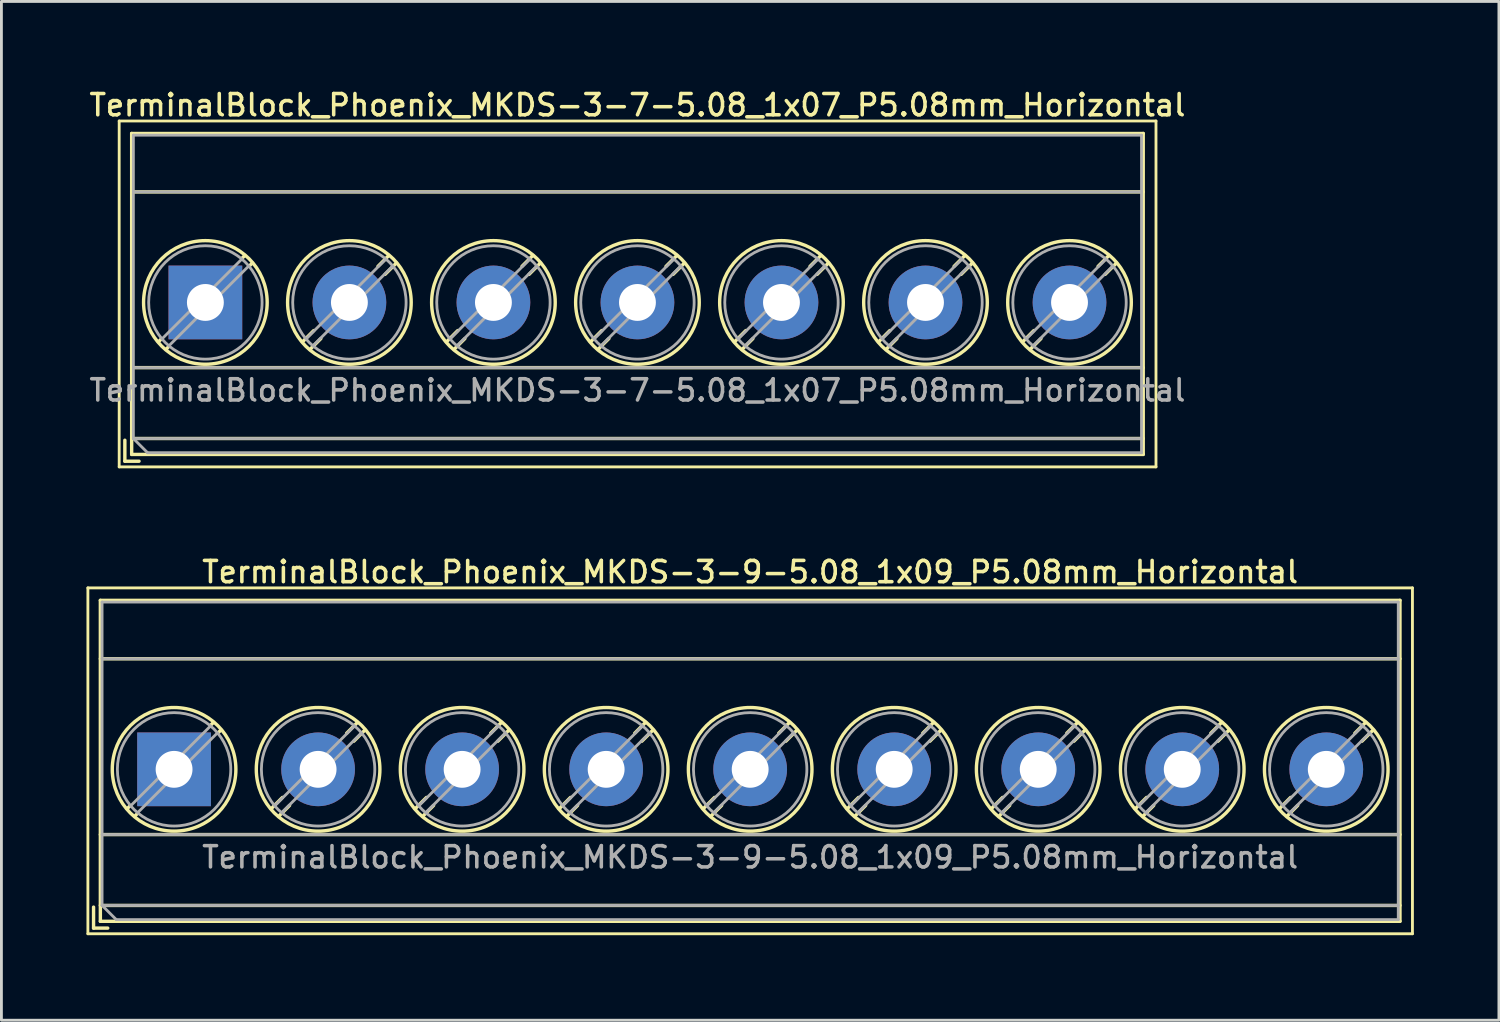
<source format=kicad_pcb>
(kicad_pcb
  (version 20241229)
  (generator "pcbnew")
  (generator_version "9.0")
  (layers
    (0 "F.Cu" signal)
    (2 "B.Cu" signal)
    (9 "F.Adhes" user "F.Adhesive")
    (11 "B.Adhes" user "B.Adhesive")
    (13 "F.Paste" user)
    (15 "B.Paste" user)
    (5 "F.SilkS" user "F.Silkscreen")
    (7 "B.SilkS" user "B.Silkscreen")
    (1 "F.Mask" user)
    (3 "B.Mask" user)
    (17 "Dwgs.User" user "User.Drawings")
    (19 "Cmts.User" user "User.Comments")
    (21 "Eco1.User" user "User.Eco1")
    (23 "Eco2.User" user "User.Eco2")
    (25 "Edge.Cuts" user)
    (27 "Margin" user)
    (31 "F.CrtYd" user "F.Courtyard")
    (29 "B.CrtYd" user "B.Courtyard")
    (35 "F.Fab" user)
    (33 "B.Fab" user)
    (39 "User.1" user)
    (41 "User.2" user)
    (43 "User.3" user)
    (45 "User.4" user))
  (footprint "TerminalBlock_Phoenix_MKDS-3-7-5.08_1x07_P5.08mm_Horizontal"
    (layer "F.Cu")
    (at 4.194 7.618)
    (property "Reference" "TerminalBlock_Phoenix_MKDS-3-7-5.08_1x07_P5.08mm_Horizontal" (at 15.24 -6.96 0) (layer "F.SilkS") (effects (font (size 0.75 0.75) (thickness 0.125))))
    (attr through_hole)
    (fp_line (start -3.04 -6.4) (end -3.04 5.8) (stroke (width 0.1) (type solid)) (layer "F.SilkS"))
    (fp_line (start -3.04 5.8) (end 33.53 5.8) (stroke (width 0.1) (type solid)) (layer "F.SilkS"))
    (fp_line (start -2.84 4.86) (end -2.84 5.6) (stroke (width 0.12) (type solid)) (layer "F.SilkS"))
    (fp_line (start -2.84 5.6) (end -2.34 5.6) (stroke (width 0.12) (type solid)) (layer "F.SilkS"))
    (fp_line (start -2.6 -5.96) (end -2.6 5.36) (stroke (width 0.12) (type solid)) (layer "F.SilkS"))
    (fp_line (start -2.6 -5.96) (end 33.08 -5.96) (stroke (width 0.12) (type solid)) (layer "F.SilkS"))
    (fp_line (start -2.6 -3.9) (end 33.08 -3.9) (stroke (width 0.12) (type solid)) (layer "F.SilkS"))
    (fp_line (start -2.6 2.3) (end 33.08 2.3) (stroke (width 0.12) (type solid)) (layer "F.SilkS"))
    (fp_line (start -2.6 4.8) (end 33.08 4.8) (stroke (width 0.12) (type solid)) (layer "F.SilkS"))
    (fp_line (start -2.6 5.36) (end 33.08 5.36) (stroke (width 0.12) (type solid)) (layer "F.SilkS"))
    (fp_line (start -1.548 1.281) (end -1.654 1.388) (stroke (width 0.12) (type solid)) (layer "F.SilkS"))
    (fp_line (start -1.282 1.547) (end -1.388 1.654) (stroke (width 0.12) (type solid)) (layer "F.SilkS"))
    (fp_line (start 1.388 -1.654) (end 1.281 -1.547) (stroke (width 0.12) (type solid)) (layer "F.SilkS"))
    (fp_line (start 1.654 -1.388) (end 1.547 -1.281) (stroke (width 0.12) (type solid)) (layer "F.SilkS"))
    (fp_line (start 3.822 0.992) (end 3.427 1.388) (stroke (width 0.12) (type solid)) (layer "F.SilkS"))
    (fp_line (start 4.073 1.274) (end 3.693 1.654) (stroke (width 0.12) (type solid)) (layer "F.SilkS"))
    (fp_line (start 6.468 -1.654) (end 6.088 -1.274) (stroke (width 0.12) (type solid)) (layer "F.SilkS"))
    (fp_line (start 6.734 -1.388) (end 6.339 -0.992) (stroke (width 0.12) (type solid)) (layer "F.SilkS"))
    (fp_line (start 8.902 0.992) (end 8.507 1.388) (stroke (width 0.12) (type solid)) (layer "F.SilkS"))
    (fp_line (start 9.153 1.274) (end 8.773 1.654) (stroke (width 0.12) (type solid)) (layer "F.SilkS"))
    (fp_line (start 11.548 -1.654) (end 11.168 -1.274) (stroke (width 0.12) (type solid)) (layer "F.SilkS"))
    (fp_line (start 11.814 -1.388) (end 11.419 -0.992) (stroke (width 0.12) (type solid)) (layer "F.SilkS"))
    (fp_line (start 13.982 0.992) (end 13.587 1.388) (stroke (width 0.12) (type solid)) (layer "F.SilkS"))
    (fp_line (start 14.233 1.274) (end 13.853 1.654) (stroke (width 0.12) (type solid)) (layer "F.SilkS"))
    (fp_line (start 16.628 -1.654) (end 16.248 -1.274) (stroke (width 0.12) (type solid)) (layer "F.SilkS"))
    (fp_line (start 16.894 -1.388) (end 16.499 -0.992) (stroke (width 0.12) (type solid)) (layer "F.SilkS"))
    (fp_line (start 19.062 0.992) (end 18.667 1.388) (stroke (width 0.12) (type solid)) (layer "F.SilkS"))
    (fp_line (start 19.313 1.274) (end 18.933 1.654) (stroke (width 0.12) (type solid)) (layer "F.SilkS"))
    (fp_line (start 21.708 -1.654) (end 21.328 -1.274) (stroke (width 0.12) (type solid)) (layer "F.SilkS"))
    (fp_line (start 21.974 -1.388) (end 21.579 -0.992) (stroke (width 0.12) (type solid)) (layer "F.SilkS"))
    (fp_line (start 24.142 0.992) (end 23.747 1.388) (stroke (width 0.12) (type solid)) (layer "F.SilkS"))
    (fp_line (start 24.393 1.274) (end 24.013 1.654) (stroke (width 0.12) (type solid)) (layer "F.SilkS"))
    (fp_line (start 26.788 -1.654) (end 26.408 -1.274) (stroke (width 0.12) (type solid)) (layer "F.SilkS"))
    (fp_line (start 27.054 -1.388) (end 26.659 -0.992) (stroke (width 0.12) (type solid)) (layer "F.SilkS"))
    (fp_line (start 29.222 0.992) (end 28.827 1.388) (stroke (width 0.12) (type solid)) (layer "F.SilkS"))
    (fp_line (start 29.473 1.274) (end 29.093 1.654) (stroke (width 0.12) (type solid)) (layer "F.SilkS"))
    (fp_line (start 31.868 -1.654) (end 31.488 -1.274) (stroke (width 0.12) (type solid)) (layer "F.SilkS"))
    (fp_line (start 32.134 -1.388) (end 31.739 -0.992) (stroke (width 0.12) (type solid)) (layer "F.SilkS"))
    (fp_line (start 33.08 -5.96) (end 33.08 5.36) (stroke (width 0.12) (type solid)) (layer "F.SilkS"))
    (fp_line (start 33.53 -6.4) (end -3.04 -6.4) (stroke (width 0.1) (type solid)) (layer "F.SilkS"))
    (fp_line (start 33.53 5.8) (end 33.53 -6.4) (stroke (width 0.1) (type solid)) (layer "F.SilkS"))
    (fp_circle (center 0 0) (end 2.18 0) (stroke (width 0.12) (type solid)) (fill no) (layer "F.SilkS"))
    (fp_circle (center 5.08 0) (end 7.26 0) (stroke (width 0.12) (type solid)) (fill no) (layer "F.SilkS"))
    (fp_circle (center 10.16 0) (end 12.34 0) (stroke (width 0.12) (type solid)) (fill no) (layer "F.SilkS"))
    (fp_circle (center 15.24 0) (end 17.42 0) (stroke (width 0.12) (type solid)) (fill no) (layer "F.SilkS"))
    (fp_circle (center 20.32 0) (end 22.5 0) (stroke (width 0.12) (type solid)) (fill no) (layer "F.SilkS"))
    (fp_circle (center 25.4 0) (end 27.58 0) (stroke (width 0.12) (type solid)) (fill no) (layer "F.SilkS"))
    (fp_circle (center 30.48 0) (end 32.66 0) (stroke (width 0.12) (type solid)) (fill no) (layer "F.SilkS"))
    (fp_line (start -2.54 -5.9) (end 33.02 -5.9) (stroke (width 0.1) (type solid)) (layer "F.Fab"))
    (fp_line (start -2.54 -3.9) (end 33.02 -3.9) (stroke (width 0.1) (type solid)) (layer "F.Fab"))
    (fp_line (start -2.54 2.3) (end 33.02 2.3) (stroke (width 0.1) (type solid)) (layer "F.Fab"))
    (fp_line (start -2.54 4.8) (end -2.54 -5.9) (stroke (width 0.1) (type solid)) (layer "F.Fab"))
    (fp_line (start -2.54 4.8) (end 33.02 4.8) (stroke (width 0.1) (type solid)) (layer "F.Fab"))
    (fp_line (start -2.04 5.3) (end -2.54 4.8) (stroke (width 0.1) (type solid)) (layer "F.Fab"))
    (fp_line (start 1.273 -1.517) (end -1.517 1.273) (stroke (width 0.1) (type solid)) (layer "F.Fab"))
    (fp_line (start 1.517 -1.273) (end -1.273 1.517) (stroke (width 0.1) (type solid)) (layer "F.Fab"))
    (fp_line (start 6.353 -1.517) (end 3.564 1.273) (stroke (width 0.1) (type solid)) (layer "F.Fab"))
    (fp_line (start 6.597 -1.273) (end 3.808 1.517) (stroke (width 0.1) (type solid)) (layer "F.Fab"))
    (fp_line (start 11.433 -1.517) (end 8.644 1.273) (stroke (width 0.1) (type solid)) (layer "F.Fab"))
    (fp_line (start 11.677 -1.273) (end 8.888 1.517) (stroke (width 0.1) (type solid)) (layer "F.Fab"))
    (fp_line (start 16.513 -1.517) (end 13.724 1.273) (stroke (width 0.1) (type solid)) (layer "F.Fab"))
    (fp_line (start 16.757 -1.273) (end 13.968 1.517) (stroke (width 0.1) (type solid)) (layer "F.Fab"))
    (fp_line (start 21.593 -1.517) (end 18.804 1.273) (stroke (width 0.1) (type solid)) (layer "F.Fab"))
    (fp_line (start 21.837 -1.273) (end 19.048 1.517) (stroke (width 0.1) (type solid)) (layer "F.Fab"))
    (fp_line (start 26.673 -1.517) (end 23.884 1.273) (stroke (width 0.1) (type solid)) (layer "F.Fab"))
    (fp_line (start 26.917 -1.273) (end 24.128 1.517) (stroke (width 0.1) (type solid)) (layer "F.Fab"))
    (fp_line (start 31.753 -1.517) (end 28.964 1.273) (stroke (width 0.1) (type solid)) (layer "F.Fab"))
    (fp_line (start 31.997 -1.273) (end 29.208 1.517) (stroke (width 0.1) (type solid)) (layer "F.Fab"))
    (fp_line (start 33.02 -5.9) (end 33.02 5.3) (stroke (width 0.1) (type solid)) (layer "F.Fab"))
    (fp_line (start 33.02 5.3) (end -2.04 5.3) (stroke (width 0.1) (type solid)) (layer "F.Fab"))
    (fp_circle (center 0 0) (end 2 0) (stroke (width 0.1) (type solid)) (fill no) (layer "F.Fab"))
    (fp_circle (center 5.08 0) (end 7.08 0) (stroke (width 0.1) (type solid)) (fill no) (layer "F.Fab"))
    (fp_circle (center 10.16 0) (end 12.16 0) (stroke (width 0.1) (type solid)) (fill no) (layer "F.Fab"))
    (fp_circle (center 15.24 0) (end 17.24 0) (stroke (width 0.1) (type solid)) (fill no) (layer "F.Fab"))
    (fp_circle (center 20.32 0) (end 22.32 0) (stroke (width 0.1) (type solid)) (fill no) (layer "F.Fab"))
    (fp_circle (center 25.4 0) (end 27.4 0) (stroke (width 0.1) (type solid)) (fill no) (layer "F.Fab"))
    (fp_circle (center 30.48 0) (end 32.48 0) (stroke (width 0.1) (type solid)) (fill no) (layer "F.Fab"))
    (fp_text user "${REFERENCE}" (at 15.24 3.1 0) (layer "F.Fab") (effects (font (size 0.75 0.75) (thickness 0.125))))
    (pad "1" thru_hole rect (at 0 0) (size 2.6 2.6) (drill 1.3) (layers "*.Cu" "*.Mask"))
    (pad "2" thru_hole circle (at 5.08 0) (size 2.6 2.6) (drill 1.3) (layers "*.Cu" "*.Mask"))
    (pad "3" thru_hole circle (at 10.16 0) (size 2.6 2.6) (drill 1.3) (layers "*.Cu" "*.Mask"))
    (pad "4" thru_hole circle (at 15.24 0) (size 2.6 2.6) (drill 1.3) (layers "*.Cu" "*.Mask"))
    (pad "5" thru_hole circle (at 20.32 0) (size 2.6 2.6) (drill 1.3) (layers "*.Cu" "*.Mask"))
    (pad "6" thru_hole circle (at 25.4 0) (size 2.6 2.6) (drill 1.3) (layers "*.Cu" "*.Mask"))
    (pad "7" thru_hole circle (at 30.48 0) (size 2.6 2.6) (drill 1.3) (layers "*.Cu" "*.Mask")))
  (footprint "TerminalBlock_Phoenix_MKDS-3-9-5.08_1x09_P5.08mm_Horizontal"
    (layer "F.Cu")
    (at 3.09 24.086)
    (property "Reference" "TerminalBlock_Phoenix_MKDS-3-9-5.08_1x09_P5.08mm_Horizontal" (at 20.32 -6.96 0) (layer "F.SilkS") (effects (font (size 0.75 0.75) (thickness 0.125))))
    (attr through_hole)
    (fp_line (start -3.04 -6.4) (end -3.04 5.8) (stroke (width 0.1) (type solid)) (layer "F.SilkS"))
    (fp_line (start -3.04 5.8) (end 43.68 5.8) (stroke (width 0.1) (type solid)) (layer "F.SilkS"))
    (fp_line (start -2.84 4.86) (end -2.84 5.6) (stroke (width 0.12) (type solid)) (layer "F.SilkS"))
    (fp_line (start -2.84 5.6) (end -2.34 5.6) (stroke (width 0.12) (type solid)) (layer "F.SilkS"))
    (fp_line (start -2.6 -5.96) (end -2.6 5.36) (stroke (width 0.12) (type solid)) (layer "F.SilkS"))
    (fp_line (start -2.6 -5.96) (end 43.24 -5.96) (stroke (width 0.12) (type solid)) (layer "F.SilkS"))
    (fp_line (start -2.6 -3.9) (end 43.24 -3.9) (stroke (width 0.12) (type solid)) (layer "F.SilkS"))
    (fp_line (start -2.6 2.3) (end 43.24 2.3) (stroke (width 0.12) (type solid)) (layer "F.SilkS"))
    (fp_line (start -2.6 4.8) (end 43.24 4.8) (stroke (width 0.12) (type solid)) (layer "F.SilkS"))
    (fp_line (start -2.6 5.36) (end 43.24 5.36) (stroke (width 0.12) (type solid)) (layer "F.SilkS"))
    (fp_line (start -1.548 1.281) (end -1.654 1.388) (stroke (width 0.12) (type solid)) (layer "F.SilkS"))
    (fp_line (start -1.282 1.547) (end -1.388 1.654) (stroke (width 0.12) (type solid)) (layer "F.SilkS"))
    (fp_line (start 1.388 -1.654) (end 1.281 -1.547) (stroke (width 0.12) (type solid)) (layer "F.SilkS"))
    (fp_line (start 1.654 -1.388) (end 1.547 -1.281) (stroke (width 0.12) (type solid)) (layer "F.SilkS"))
    (fp_line (start 3.822 0.992) (end 3.427 1.388) (stroke (width 0.12) (type solid)) (layer "F.SilkS"))
    (fp_line (start 4.073 1.274) (end 3.693 1.654) (stroke (width 0.12) (type solid)) (layer "F.SilkS"))
    (fp_line (start 6.468 -1.654) (end 6.088 -1.274) (stroke (width 0.12) (type solid)) (layer "F.SilkS"))
    (fp_line (start 6.734 -1.388) (end 6.339 -0.992) (stroke (width 0.12) (type solid)) (layer "F.SilkS"))
    (fp_line (start 8.902 0.992) (end 8.507 1.388) (stroke (width 0.12) (type solid)) (layer "F.SilkS"))
    (fp_line (start 9.153 1.274) (end 8.773 1.654) (stroke (width 0.12) (type solid)) (layer "F.SilkS"))
    (fp_line (start 11.548 -1.654) (end 11.168 -1.274) (stroke (width 0.12) (type solid)) (layer "F.SilkS"))
    (fp_line (start 11.814 -1.388) (end 11.419 -0.992) (stroke (width 0.12) (type solid)) (layer "F.SilkS"))
    (fp_line (start 13.982 0.992) (end 13.587 1.388) (stroke (width 0.12) (type solid)) (layer "F.SilkS"))
    (fp_line (start 14.233 1.274) (end 13.853 1.654) (stroke (width 0.12) (type solid)) (layer "F.SilkS"))
    (fp_line (start 16.628 -1.654) (end 16.248 -1.274) (stroke (width 0.12) (type solid)) (layer "F.SilkS"))
    (fp_line (start 16.894 -1.388) (end 16.499 -0.992) (stroke (width 0.12) (type solid)) (layer "F.SilkS"))
    (fp_line (start 19.062 0.992) (end 18.667 1.388) (stroke (width 0.12) (type solid)) (layer "F.SilkS"))
    (fp_line (start 19.313 1.274) (end 18.933 1.654) (stroke (width 0.12) (type solid)) (layer "F.SilkS"))
    (fp_line (start 21.708 -1.654) (end 21.328 -1.274) (stroke (width 0.12) (type solid)) (layer "F.SilkS"))
    (fp_line (start 21.974 -1.388) (end 21.579 -0.992) (stroke (width 0.12) (type solid)) (layer "F.SilkS"))
    (fp_line (start 24.142 0.992) (end 23.747 1.388) (stroke (width 0.12) (type solid)) (layer "F.SilkS"))
    (fp_line (start 24.393 1.274) (end 24.013 1.654) (stroke (width 0.12) (type solid)) (layer "F.SilkS"))
    (fp_line (start 26.788 -1.654) (end 26.408 -1.274) (stroke (width 0.12) (type solid)) (layer "F.SilkS"))
    (fp_line (start 27.054 -1.388) (end 26.659 -0.992) (stroke (width 0.12) (type solid)) (layer "F.SilkS"))
    (fp_line (start 29.222 0.992) (end 28.827 1.388) (stroke (width 0.12) (type solid)) (layer "F.SilkS"))
    (fp_line (start 29.473 1.274) (end 29.093 1.654) (stroke (width 0.12) (type solid)) (layer "F.SilkS"))
    (fp_line (start 31.868 -1.654) (end 31.488 -1.274) (stroke (width 0.12) (type solid)) (layer "F.SilkS"))
    (fp_line (start 32.134 -1.388) (end 31.739 -0.992) (stroke (width 0.12) (type solid)) (layer "F.SilkS"))
    (fp_line (start 34.302 0.992) (end 33.907 1.388) (stroke (width 0.12) (type solid)) (layer "F.SilkS"))
    (fp_line (start 34.553 1.274) (end 34.173 1.654) (stroke (width 0.12) (type solid)) (layer "F.SilkS"))
    (fp_line (start 36.948 -1.654) (end 36.568 -1.274) (stroke (width 0.12) (type solid)) (layer "F.SilkS"))
    (fp_line (start 37.214 -1.388) (end 36.819 -0.992) (stroke (width 0.12) (type solid)) (layer "F.SilkS"))
    (fp_line (start 39.382 0.992) (end 38.987 1.388) (stroke (width 0.12) (type solid)) (layer "F.SilkS"))
    (fp_line (start 39.633 1.274) (end 39.253 1.654) (stroke (width 0.12) (type solid)) (layer "F.SilkS"))
    (fp_line (start 42.028 -1.654) (end 41.648 -1.274) (stroke (width 0.12) (type solid)) (layer "F.SilkS"))
    (fp_line (start 42.294 -1.388) (end 41.899 -0.992) (stroke (width 0.12) (type solid)) (layer "F.SilkS"))
    (fp_line (start 43.24 -5.96) (end 43.24 5.36) (stroke (width 0.12) (type solid)) (layer "F.SilkS"))
    (fp_line (start 43.68 -6.4) (end -3.04 -6.4) (stroke (width 0.1) (type solid)) (layer "F.SilkS"))
    (fp_line (start 43.68 5.8) (end 43.68 -6.4) (stroke (width 0.1) (type solid)) (layer "F.SilkS"))
    (fp_circle (center 0 0) (end 2.18 0) (stroke (width 0.12) (type solid)) (fill no) (layer "F.SilkS"))
    (fp_circle (center 5.08 0) (end 7.26 0) (stroke (width 0.12) (type solid)) (fill no) (layer "F.SilkS"))
    (fp_circle (center 10.16 0) (end 12.34 0) (stroke (width 0.12) (type solid)) (fill no) (layer "F.SilkS"))
    (fp_circle (center 15.24 0) (end 17.42 0) (stroke (width 0.12) (type solid)) (fill no) (layer "F.SilkS"))
    (fp_circle (center 20.32 0) (end 22.5 0) (stroke (width 0.12) (type solid)) (fill no) (layer "F.SilkS"))
    (fp_circle (center 25.4 0) (end 27.58 0) (stroke (width 0.12) (type solid)) (fill no) (layer "F.SilkS"))
    (fp_circle (center 30.48 0) (end 32.66 0) (stroke (width 0.12) (type solid)) (fill no) (layer "F.SilkS"))
    (fp_circle (center 35.56 0) (end 37.74 0) (stroke (width 0.12) (type solid)) (fill no) (layer "F.SilkS"))
    (fp_circle (center 40.64 0) (end 42.82 0) (stroke (width 0.12) (type solid)) (fill no) (layer "F.SilkS"))
    (fp_line (start -2.54 -5.9) (end 43.18 -5.9) (stroke (width 0.1) (type solid)) (layer "F.Fab"))
    (fp_line (start -2.54 -3.9) (end 43.18 -3.9) (stroke (width 0.1) (type solid)) (layer "F.Fab"))
    (fp_line (start -2.54 2.3) (end 43.18 2.3) (stroke (width 0.1) (type solid)) (layer "F.Fab"))
    (fp_line (start -2.54 4.8) (end -2.54 -5.9) (stroke (width 0.1) (type solid)) (layer "F.Fab"))
    (fp_line (start -2.54 4.8) (end 43.18 4.8) (stroke (width 0.1) (type solid)) (layer "F.Fab"))
    (fp_line (start -2.04 5.3) (end -2.54 4.8) (stroke (width 0.1) (type solid)) (layer "F.Fab"))
    (fp_line (start 1.273 -1.517) (end -1.517 1.273) (stroke (width 0.1) (type solid)) (layer "F.Fab"))
    (fp_line (start 1.517 -1.273) (end -1.273 1.517) (stroke (width 0.1) (type solid)) (layer "F.Fab"))
    (fp_line (start 6.353 -1.517) (end 3.564 1.273) (stroke (width 0.1) (type solid)) (layer "F.Fab"))
    (fp_line (start 6.597 -1.273) (end 3.808 1.517) (stroke (width 0.1) (type solid)) (layer "F.Fab"))
    (fp_line (start 11.433 -1.517) (end 8.644 1.273) (stroke (width 0.1) (type solid)) (layer "F.Fab"))
    (fp_line (start 11.677 -1.273) (end 8.888 1.517) (stroke (width 0.1) (type solid)) (layer "F.Fab"))
    (fp_line (start 16.513 -1.517) (end 13.724 1.273) (stroke (width 0.1) (type solid)) (layer "F.Fab"))
    (fp_line (start 16.757 -1.273) (end 13.968 1.517) (stroke (width 0.1) (type solid)) (layer "F.Fab"))
    (fp_line (start 21.593 -1.517) (end 18.804 1.273) (stroke (width 0.1) (type solid)) (layer "F.Fab"))
    (fp_line (start 21.837 -1.273) (end 19.048 1.517) (stroke (width 0.1) (type solid)) (layer "F.Fab"))
    (fp_line (start 26.673 -1.517) (end 23.884 1.273) (stroke (width 0.1) (type solid)) (layer "F.Fab"))
    (fp_line (start 26.917 -1.273) (end 24.128 1.517) (stroke (width 0.1) (type solid)) (layer "F.Fab"))
    (fp_line (start 31.753 -1.517) (end 28.964 1.273) (stroke (width 0.1) (type solid)) (layer "F.Fab"))
    (fp_line (start 31.997 -1.273) (end 29.208 1.517) (stroke (width 0.1) (type solid)) (layer "F.Fab"))
    (fp_line (start 36.833 -1.517) (end 34.044 1.273) (stroke (width 0.1) (type solid)) (layer "F.Fab"))
    (fp_line (start 37.077 -1.273) (end 34.288 1.517) (stroke (width 0.1) (type solid)) (layer "F.Fab"))
    (fp_line (start 41.913 -1.517) (end 39.124 1.273) (stroke (width 0.1) (type solid)) (layer "F.Fab"))
    (fp_line (start 42.157 -1.273) (end 39.368 1.517) (stroke (width 0.1) (type solid)) (layer "F.Fab"))
    (fp_line (start 43.18 -5.9) (end 43.18 5.3) (stroke (width 0.1) (type solid)) (layer "F.Fab"))
    (fp_line (start 43.18 5.3) (end -2.04 5.3) (stroke (width 0.1) (type solid)) (layer "F.Fab"))
    (fp_circle (center 0 0) (end 2 0) (stroke (width 0.1) (type solid)) (fill no) (layer "F.Fab"))
    (fp_circle (center 5.08 0) (end 7.08 0) (stroke (width 0.1) (type solid)) (fill no) (layer "F.Fab"))
    (fp_circle (center 10.16 0) (end 12.16 0) (stroke (width 0.1) (type solid)) (fill no) (layer "F.Fab"))
    (fp_circle (center 15.24 0) (end 17.24 0) (stroke (width 0.1) (type solid)) (fill no) (layer "F.Fab"))
    (fp_circle (center 20.32 0) (end 22.32 0) (stroke (width 0.1) (type solid)) (fill no) (layer "F.Fab"))
    (fp_circle (center 25.4 0) (end 27.4 0) (stroke (width 0.1) (type solid)) (fill no) (layer "F.Fab"))
    (fp_circle (center 30.48 0) (end 32.48 0) (stroke (width 0.1) (type solid)) (fill no) (layer "F.Fab"))
    (fp_circle (center 35.56 0) (end 37.56 0) (stroke (width 0.1) (type solid)) (fill no) (layer "F.Fab"))
    (fp_circle (center 40.64 0) (end 42.64 0) (stroke (width 0.1) (type solid)) (fill no) (layer "F.Fab"))
    (fp_text user "${REFERENCE}" (at 20.32 3.1 0) (layer "F.Fab") (effects (font (size 0.75 0.75) (thickness 0.125))))
    (pad "1" thru_hole rect (at 0 0) (size 2.6 2.6) (drill 1.3) (layers "*.Cu" "*.Mask"))
    (pad "2" thru_hole circle (at 5.08 0) (size 2.6 2.6) (drill 1.3) (layers "*.Cu" "*.Mask"))
    (pad "3" thru_hole circle (at 10.16 0) (size 2.6 2.6) (drill 1.3) (layers "*.Cu" "*.Mask"))
    (pad "4" thru_hole circle (at 15.24 0) (size 2.6 2.6) (drill 1.3) (layers "*.Cu" "*.Mask"))
    (pad "5" thru_hole circle (at 20.32 0) (size 2.6 2.6) (drill 1.3) (layers "*.Cu" "*.Mask"))
    (pad "6" thru_hole circle (at 25.4 0) (size 2.6 2.6) (drill 1.3) (layers "*.Cu" "*.Mask"))
    (pad "7" thru_hole circle (at 30.48 0) (size 2.6 2.6) (drill 1.3) (layers "*.Cu" "*.Mask"))
    (pad "8" thru_hole circle (at 35.56 0) (size 2.6 2.6) (drill 1.3) (layers "*.Cu" "*.Mask"))
    (pad "9" thru_hole circle (at 40.64 0) (size 2.6 2.6) (drill 1.3) (layers "*.Cu" "*.Mask")))
  (gr_rect
    (start -3 -3)
    (end 49.82 32.936)
    (stroke (width 0.1) (type default))
    (fill no)
    (layer "Edge.Cuts")))
</source>
